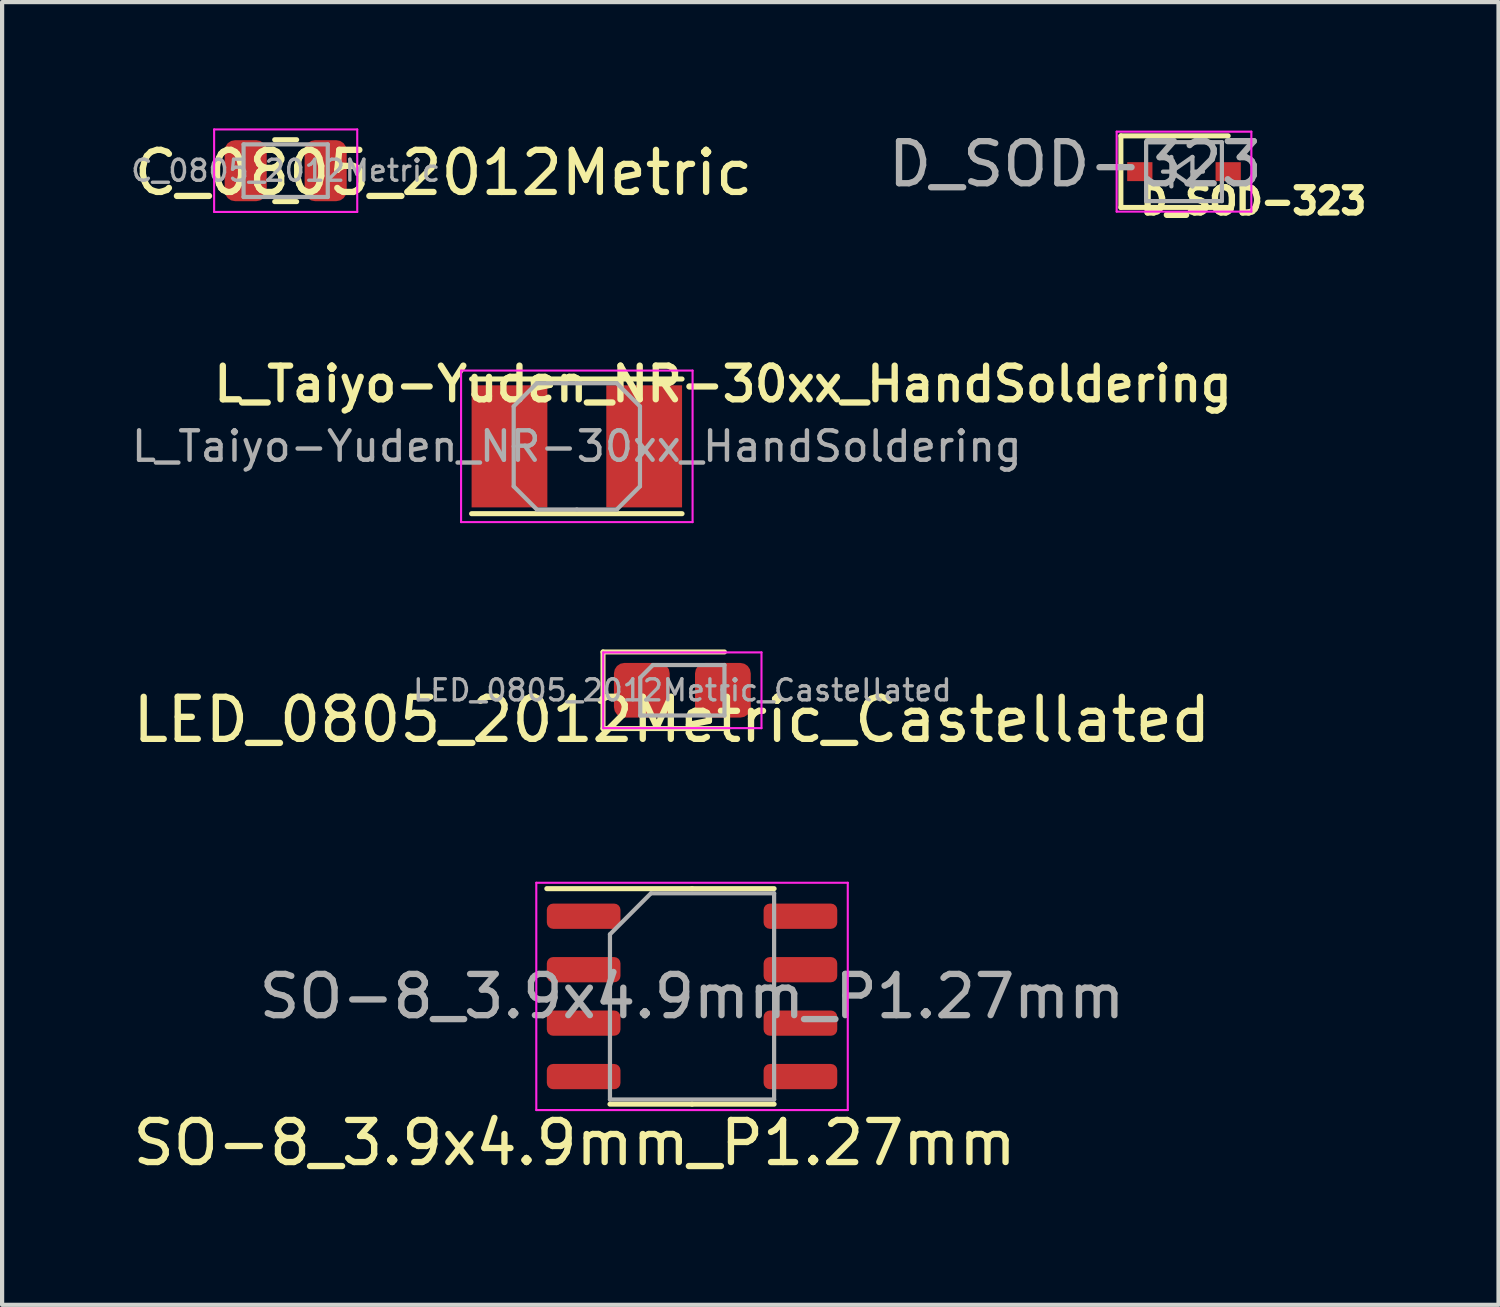
<source format=kicad_pcb>
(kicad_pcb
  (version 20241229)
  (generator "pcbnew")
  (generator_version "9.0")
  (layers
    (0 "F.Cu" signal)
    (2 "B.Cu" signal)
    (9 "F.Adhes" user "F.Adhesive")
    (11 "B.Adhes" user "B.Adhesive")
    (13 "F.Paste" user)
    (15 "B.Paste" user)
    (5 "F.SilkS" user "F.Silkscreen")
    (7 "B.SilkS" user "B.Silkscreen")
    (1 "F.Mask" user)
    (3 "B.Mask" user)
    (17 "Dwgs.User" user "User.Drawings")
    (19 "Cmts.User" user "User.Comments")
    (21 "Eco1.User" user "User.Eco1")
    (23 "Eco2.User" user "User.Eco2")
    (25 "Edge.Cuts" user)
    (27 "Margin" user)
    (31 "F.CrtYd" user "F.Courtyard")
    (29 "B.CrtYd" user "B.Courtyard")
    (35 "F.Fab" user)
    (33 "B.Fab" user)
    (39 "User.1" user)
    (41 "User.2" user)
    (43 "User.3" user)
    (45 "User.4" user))
  (footprint "SO-8_3.9x4.9mm_P1.27mm"
    (layer "F.Cu")
    (at 13.391 20.622)
    (property "Reference" "SO-8_3.9x4.9mm_P1.27mm" (at -2.79 3.48 0) (layer "F.SilkS") (effects (font (size 1 1) (thickness 0.15))))
    (attr smd)
    (fp_line (start 0 -2.56) (end -3.45 -2.56) (stroke (width 0.12) (type solid)) (layer "F.SilkS"))
    (fp_line (start 0 -2.56) (end 1.95 -2.56) (stroke (width 0.12) (type solid)) (layer "F.SilkS"))
    (fp_line (start 0 2.56) (end -1.95 2.56) (stroke (width 0.12) (type solid)) (layer "F.SilkS"))
    (fp_line (start 0 2.56) (end 1.95 2.56) (stroke (width 0.12) (type solid)) (layer "F.SilkS"))
    (fp_line (start -3.7 -2.7) (end -3.7 2.7) (stroke (width 0.05) (type solid)) (layer "F.CrtYd"))
    (fp_line (start -3.7 2.7) (end 3.7 2.7) (stroke (width 0.05) (type solid)) (layer "F.CrtYd"))
    (fp_line (start 3.7 -2.7) (end -3.7 -2.7) (stroke (width 0.05) (type solid)) (layer "F.CrtYd"))
    (fp_line (start 3.7 2.7) (end 3.7 -2.7) (stroke (width 0.05) (type solid)) (layer "F.CrtYd"))
    (fp_line (start -1.95 -1.475) (end -0.975 -2.45) (stroke (width 0.1) (type solid)) (layer "F.Fab"))
    (fp_line (start -1.95 2.45) (end -1.95 -1.475) (stroke (width 0.1) (type solid)) (layer "F.Fab"))
    (fp_line (start -0.975 -2.45) (end 1.95 -2.45) (stroke (width 0.1) (type solid)) (layer "F.Fab"))
    (fp_line (start 1.95 -2.45) (end 1.95 2.45) (stroke (width 0.1) (type solid)) (layer "F.Fab"))
    (fp_line (start 1.95 2.45) (end -1.95 2.45) (stroke (width 0.1) (type solid)) (layer "F.Fab"))
    (fp_text user "${REFERENCE}" (at 0 0 0) (layer "F.Fab") (effects (font (size 0.98 0.98) (thickness 0.15))))
    (pad "1" smd roundrect (at -2.575 -1.905) (size 1.75 0.6) (layers "F.Cu" "F.Mask" "F.Paste") (roundrect_rratio 0.25))
    (pad "2" smd roundrect (at -2.575 -0.635) (size 1.75 0.6) (layers "F.Cu" "F.Mask" "F.Paste") (roundrect_rratio 0.25))
    (pad "3" smd roundrect (at -2.575 0.635) (size 1.75 0.6) (layers "F.Cu" "F.Mask" "F.Paste") (roundrect_rratio 0.25))
    (pad "4" smd roundrect (at -2.575 1.905) (size 1.75 0.6) (layers "F.Cu" "F.Mask" "F.Paste") (roundrect_rratio 0.25))
    (pad "5" smd roundrect (at 2.575 1.905) (size 1.75 0.6) (layers "F.Cu" "F.Mask" "F.Paste") (roundrect_rratio 0.25))
    (pad "6" smd roundrect (at 2.575 0.635) (size 1.75 0.6) (layers "F.Cu" "F.Mask" "F.Paste") (roundrect_rratio 0.25))
    (pad "7" smd roundrect (at 2.575 -0.635) (size 1.75 0.6) (layers "F.Cu" "F.Mask" "F.Paste") (roundrect_rratio 0.25))
    (pad "8" smd roundrect (at 2.575 -1.905) (size 1.75 0.6) (layers "F.Cu" "F.Mask" "F.Paste") (roundrect_rratio 0.25)))
  (footprint "D_SOD-323"
    (layer "F.Cu")
    (at 25.079 1.028)
    (property "Reference" "D_SOD-323" (at 1.65 0.7 180) (layer "F.SilkS") (effects (font (size 0.6 0.6) (thickness 0.15))))
    (attr smd)
    (fp_line (start -1.5 -0.85) (end -1.5 0.85) (stroke (width 0.12) (type solid)) (layer "F.SilkS"))
    (fp_line (start -1.5 -0.85) (end 1.05 -0.85) (stroke (width 0.12) (type solid)) (layer "F.SilkS"))
    (fp_line (start -1.5 0.85) (end 1.05 0.85) (stroke (width 0.12) (type solid)) (layer "F.SilkS"))
    (fp_line (start -1.6 -0.95) (end -1.6 0.95) (stroke (width 0.05) (type solid)) (layer "F.CrtYd"))
    (fp_line (start -1.6 -0.95) (end 1.6 -0.95) (stroke (width 0.05) (type solid)) (layer "F.CrtYd"))
    (fp_line (start -1.6 0.95) (end 1.6 0.95) (stroke (width 0.05) (type solid)) (layer "F.CrtYd"))
    (fp_line (start 1.6 -0.95) (end 1.6 0.95) (stroke (width 0.05) (type solid)) (layer "F.CrtYd"))
    (fp_line (start -0.9 -0.7) (end 0.9 -0.7) (stroke (width 0.1) (type solid)) (layer "F.Fab"))
    (fp_line (start -0.9 0.7) (end -0.9 -0.7) (stroke (width 0.1) (type solid)) (layer "F.Fab"))
    (fp_line (start -0.3 -0.35) (end -0.3 0.35) (stroke (width 0.1) (type solid)) (layer "F.Fab"))
    (fp_line (start -0.3 0) (end -0.5 0) (stroke (width 0.1) (type solid)) (layer "F.Fab"))
    (fp_line (start -0.3 0) (end 0.2 -0.35) (stroke (width 0.1) (type solid)) (layer "F.Fab"))
    (fp_line (start 0.2 -0.35) (end 0.2 0.35) (stroke (width 0.1) (type solid)) (layer "F.Fab"))
    (fp_line (start 0.2 0) (end 0.45 0) (stroke (width 0.1) (type solid)) (layer "F.Fab"))
    (fp_line (start 0.2 0.35) (end -0.3 0) (stroke (width 0.1) (type solid)) (layer "F.Fab"))
    (fp_line (start 0.9 -0.7) (end 0.9 0.7) (stroke (width 0.1) (type solid)) (layer "F.Fab"))
    (fp_line (start 0.9 0.7) (end -0.9 0.7) (stroke (width 0.1) (type solid)) (layer "F.Fab"))
    (fp_text user "${REFERENCE}" (at -2.58 -0.18 180) (layer "F.Fab") (effects (font (size 1 1) (thickness 0.15))))
    (pad "1" smd rect (at -1.05 0) (size 0.6 0.45) (layers "F.Cu" "F.Mask" "F.Paste"))
    (pad "2" smd rect (at 1.05 0) (size 0.6 0.45) (layers "F.Cu" "F.Mask" "F.Paste")))
  (footprint "C_0805_2012Metric"
    (layer "F.Cu")
    (at 3.737 1.005)
    (property "Reference" "C_0805_2012Metric" (at 3.75 0.05 0) (layer "F.SilkS") (effects (font (size 1 1) (thickness 0.15))))
    (attr smd)
    (fp_line (start -0.261 -0.735) (end 0.261 -0.735) (stroke (width 0.12) (type solid)) (layer "F.SilkS"))
    (fp_line (start -0.261 0.735) (end 0.261 0.735) (stroke (width 0.12) (type solid)) (layer "F.SilkS"))
    (fp_line (start -1.7 -0.98) (end 1.7 -0.98) (stroke (width 0.05) (type solid)) (layer "F.CrtYd"))
    (fp_line (start -1.7 0.98) (end -1.7 -0.98) (stroke (width 0.05) (type solid)) (layer "F.CrtYd"))
    (fp_line (start 1.7 -0.98) (end 1.7 0.98) (stroke (width 0.05) (type solid)) (layer "F.CrtYd"))
    (fp_line (start 1.7 0.98) (end -1.7 0.98) (stroke (width 0.05) (type solid)) (layer "F.CrtYd"))
    (fp_line (start -1 -0.625) (end 1 -0.625) (stroke (width 0.1) (type solid)) (layer "F.Fab"))
    (fp_line (start -1 0.625) (end -1 -0.625) (stroke (width 0.1) (type solid)) (layer "F.Fab"))
    (fp_line (start 1 -0.625) (end 1 0.625) (stroke (width 0.1) (type solid)) (layer "F.Fab"))
    (fp_line (start 1 0.625) (end -1 0.625) (stroke (width 0.1) (type solid)) (layer "F.Fab"))
    (fp_text user "${REFERENCE}" (at 0 0 0) (layer "F.Fab") (effects (font (size 0.5 0.5) (thickness 0.08))))
    (pad "1" smd roundrect (at -0.95 0) (size 1 1.45) (layers "F.Cu" "F.Mask" "F.Paste") (roundrect_rratio 0.25))
    (pad "2" smd roundrect (at 0.95 0) (size 1 1.45) (layers "F.Cu" "F.Mask" "F.Paste") (roundrect_rratio 0.25)))
  (footprint "L_Taiyo-Yuden_NR-30xx_HandSoldering"
    (layer "F.Cu")
    (at 10.654 7.554)
    (property "Reference" "L_Taiyo-Yuden_NR-30xx_HandSoldering" (at 3.475 -1.48 180) (layer "F.SilkS") (effects (font (size 0.8 0.8) (thickness 0.15))))
    (attr smd)
    (fp_line (start -2.5 -1.6) (end 2.5 -1.6) (stroke (width 0.12) (type solid)) (layer "F.SilkS"))
    (fp_line (start -2.5 1.6) (end 2.5 1.6) (stroke (width 0.12) (type solid)) (layer "F.SilkS"))
    (fp_line (start -2.75 -1.8) (end -2.75 1.8) (stroke (width 0.05) (type solid)) (layer "F.CrtYd"))
    (fp_line (start -2.75 1.8) (end 2.75 1.8) (stroke (width 0.05) (type solid)) (layer "F.CrtYd"))
    (fp_line (start 2.75 -1.8) (end -2.75 -1.8) (stroke (width 0.05) (type solid)) (layer "F.CrtYd"))
    (fp_line (start 2.75 1.8) (end 2.75 -1.8) (stroke (width 0.05) (type solid)) (layer "F.CrtYd"))
    (fp_line (start -1.5 -0.95) (end -0.95 -1.5) (stroke (width 0.1) (type solid)) (layer "F.Fab"))
    (fp_line (start -1.5 0) (end -1.5 -0.95) (stroke (width 0.1) (type solid)) (layer "F.Fab"))
    (fp_line (start -1.5 0) (end -1.5 0.95) (stroke (width 0.1) (type solid)) (layer "F.Fab"))
    (fp_line (start -1.5 0.95) (end -0.95 1.5) (stroke (width 0.1) (type solid)) (layer "F.Fab"))
    (fp_line (start -0.95 -1.5) (end 0 -1.5) (stroke (width 0.1) (type solid)) (layer "F.Fab"))
    (fp_line (start -0.95 1.5) (end 0 1.5) (stroke (width 0.1) (type solid)) (layer "F.Fab"))
    (fp_line (start 0.95 -1.5) (end 0 -1.5) (stroke (width 0.1) (type solid)) (layer "F.Fab"))
    (fp_line (start 0.95 1.5) (end 0 1.5) (stroke (width 0.1) (type solid)) (layer "F.Fab"))
    (fp_line (start 1.5 -0.95) (end 0.95 -1.5) (stroke (width 0.1) (type solid)) (layer "F.Fab"))
    (fp_line (start 1.5 0) (end 1.5 -0.95) (stroke (width 0.1) (type solid)) (layer "F.Fab"))
    (fp_line (start 1.5 0) (end 1.5 0.95) (stroke (width 0.1) (type solid)) (layer "F.Fab"))
    (fp_line (start 1.5 0.95) (end 0.95 1.5) (stroke (width 0.1) (type solid)) (layer "F.Fab"))
    (fp_text user "${REFERENCE}" (at 0 0 180) (layer "F.Fab") (effects (font (size 0.7 0.7) (thickness 0.105))))
    (pad "1" smd rect (at -1.6 0) (size 1.8 2.9) (layers "F.Cu" "F.Mask" "F.Paste"))
    (pad "2" smd rect (at 1.6 0) (size 1.8 2.9) (layers "F.Cu" "F.Mask" "F.Paste")))
  (footprint "LED_0805_2012Metric_Castellated"
    (layer "F.Cu")
    (at 13.161 13.349)
    (property "Reference" "LED_0805_2012Metric_Castellated" (at -0.25 0.7 0) (layer "F.SilkS") (effects (font (size 1 1) (thickness 0.15))))
    (attr smd)
    (fp_line (start -1.885 -0.91) (end -1.885 0.91) (stroke (width 0.12) (type solid)) (layer "F.SilkS"))
    (fp_line (start -1.885 0.91) (end 1 0.91) (stroke (width 0.12) (type solid)) (layer "F.SilkS"))
    (fp_line (start 1 -0.91) (end -1.885 -0.91) (stroke (width 0.12) (type solid)) (layer "F.SilkS"))
    (fp_line (start -1.88 -0.9) (end 1.88 -0.9) (stroke (width 0.05) (type solid)) (layer "F.CrtYd"))
    (fp_line (start -1.88 0.9) (end -1.88 -0.9) (stroke (width 0.05) (type solid)) (layer "F.CrtYd"))
    (fp_line (start 1.88 -0.9) (end 1.88 0.9) (stroke (width 0.05) (type solid)) (layer "F.CrtYd"))
    (fp_line (start 1.88 0.9) (end -1.88 0.9) (stroke (width 0.05) (type solid)) (layer "F.CrtYd"))
    (fp_line (start -1 -0.3) (end -1 0.6) (stroke (width 0.1) (type solid)) (layer "F.Fab"))
    (fp_line (start -1 0.6) (end 1 0.6) (stroke (width 0.1) (type solid)) (layer "F.Fab"))
    (fp_line (start -0.7 -0.6) (end -1 -0.3) (stroke (width 0.1) (type solid)) (layer "F.Fab"))
    (fp_line (start 1 -0.6) (end -0.7 -0.6) (stroke (width 0.1) (type solid)) (layer "F.Fab"))
    (fp_line (start 1 0.6) (end 1 -0.6) (stroke (width 0.1) (type solid)) (layer "F.Fab"))
    (fp_text user "${REFERENCE}" (at 0 0 0) (layer "F.Fab") (effects (font (size 0.5 0.5) (thickness 0.08))))
    (pad "1" smd roundrect (at -0.963 0) (size 1.325 1.3) (layers "F.Cu" "F.Mask" "F.Paste") (roundrect_rratio 0.192))
    (pad "2" smd roundrect (at 0.963 0) (size 1.325 1.3) (layers "F.Cu" "F.Mask" "F.Paste") (roundrect_rratio 0.192)))
  (gr_rect
    (start -3 -3)
    (end 32.551 27.95)
    (stroke (width 0.1) (type default))
    (fill no)
    (layer "Edge.Cuts")))
</source>
